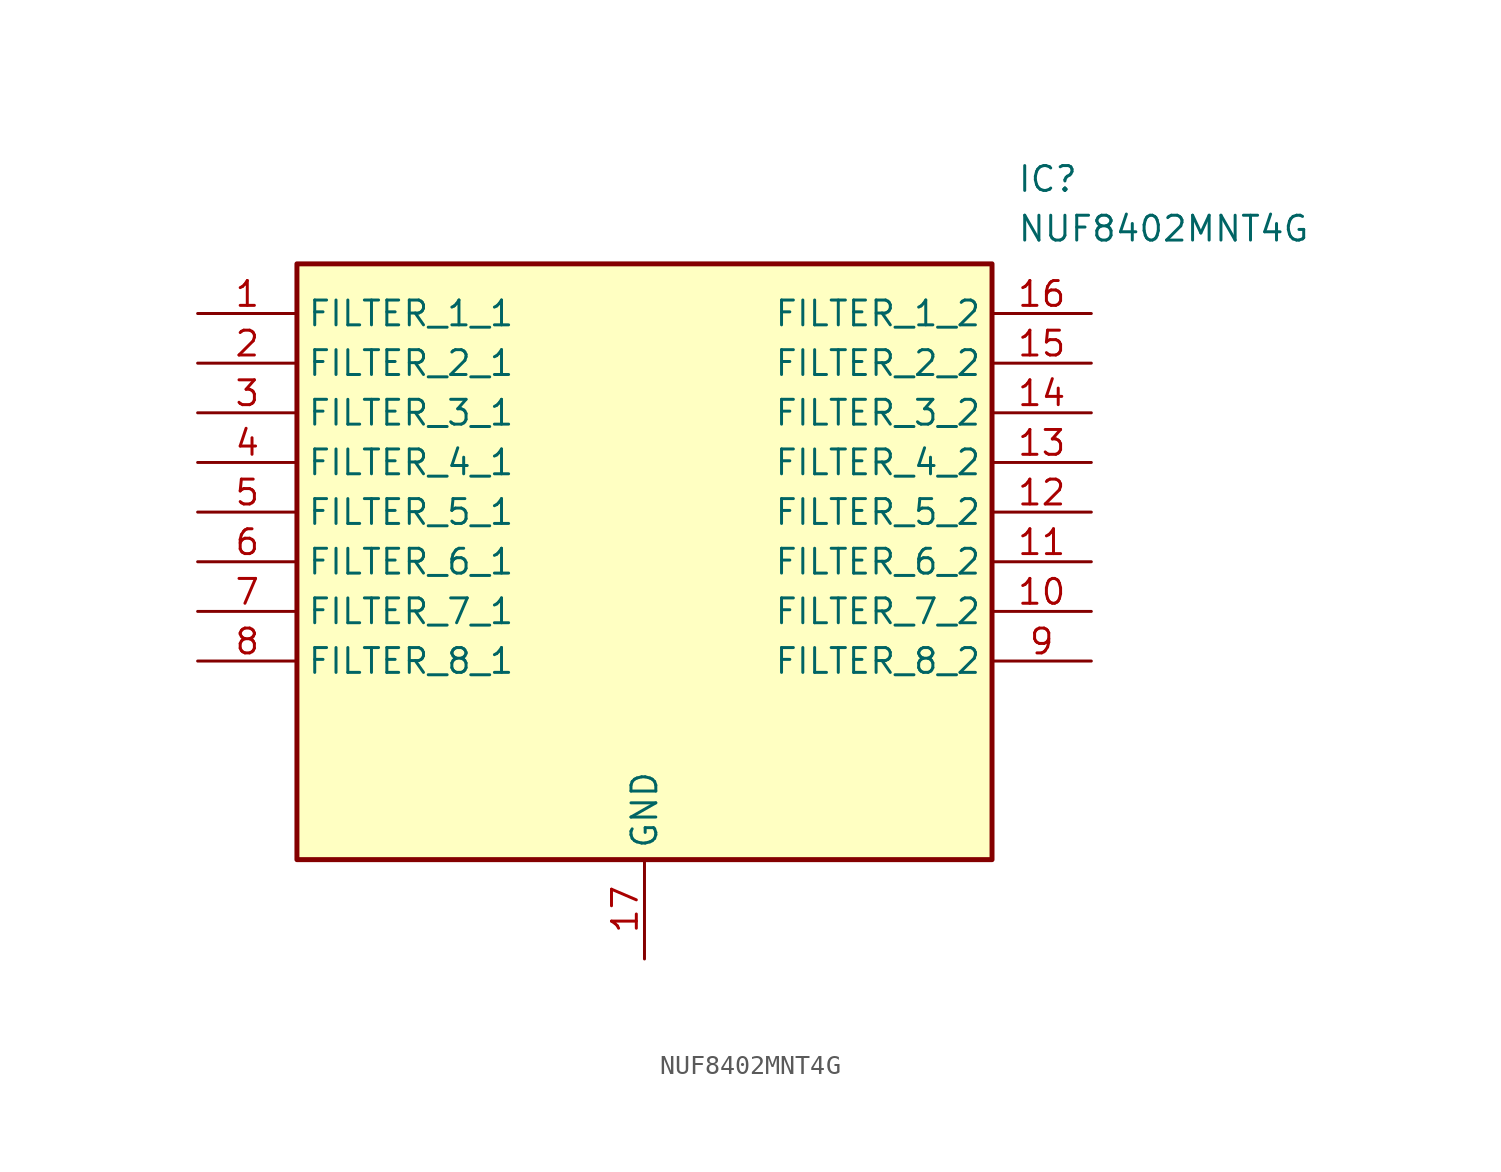
<source format=kicad_sym>
(kicad_symbol_lib
  (version 20211014)
  (generator SamacSys_ECAD_Model)
  (symbol "NUF8402MNT4G"
    (property "Reference" "IC"
      (at 41.91 7.62 0)
      (effects (font (size 1.27 1.27)) (justify left top)))
    (property "Value" "NUF8402MNT4G"
      (at 41.91 5.08 0)
      (effects (font (size 1.27 1.27)) (justify left top)))
    (rectangle
      (start 5.08 2.54)
      (end 40.64 -27.94)
      (stroke (width 0.254) (type default))
      (fill (type background)))
    (pin passive line
      (at 0 0 0)
      (length 5.08)
      (name "FILTER_1_1" (effects (font (size 1.27 1.27))))
      (number "1" (effects (font (size 1.27 1.27)))))
    (pin passive line
      (at 0 -2.54 0)
      (length 5.08)
      (name "FILTER_2_1" (effects (font (size 1.27 1.27))))
      (number "2" (effects (font (size 1.27 1.27)))))
    (pin passive line
      (at 0 -5.08 0)
      (length 5.08)
      (name "FILTER_3_1" (effects (font (size 1.27 1.27))))
      (number "3" (effects (font (size 1.27 1.27)))))
    (pin passive line
      (at 0 -7.62 0)
      (length 5.08)
      (name "FILTER_4_1" (effects (font (size 1.27 1.27))))
      (number "4" (effects (font (size 1.27 1.27)))))
    (pin passive line
      (at 0 -10.16 0)
      (length 5.08)
      (name "FILTER_5_1" (effects (font (size 1.27 1.27))))
      (number "5" (effects (font (size 1.27 1.27)))))
    (pin passive line
      (at 0 -12.7 0)
      (length 5.08)
      (name "FILTER_6_1" (effects (font (size 1.27 1.27))))
      (number "6" (effects (font (size 1.27 1.27)))))
    (pin passive line
      (at 0 -15.24 0)
      (length 5.08)
      (name "FILTER_7_1" (effects (font (size 1.27 1.27))))
      (number "7" (effects (font (size 1.27 1.27)))))
    (pin passive line
      (at 0 -17.78 0)
      (length 5.08)
      (name "FILTER_8_1" (effects (font (size 1.27 1.27))))
      (number "8" (effects (font (size 1.27 1.27)))))
    (pin passive line
      (at 22.86 -33.02 90)
      (length 5.08)
      (name "GND" (effects (font (size 1.27 1.27))))
      (number "17" (effects (font (size 1.27 1.27)))))
    (pin passive line
      (at 45.72 0 180)
      (length 5.08)
      (name "FILTER_1_2" (effects (font (size 1.27 1.27))))
      (number "16" (effects (font (size 1.27 1.27)))))
    (pin passive line
      (at 45.72 -2.54 180)
      (length 5.08)
      (name "FILTER_2_2" (effects (font (size 1.27 1.27))))
      (number "15" (effects (font (size 1.27 1.27)))))
    (pin passive line
      (at 45.72 -5.08 180)
      (length 5.08)
      (name "FILTER_3_2" (effects (font (size 1.27 1.27))))
      (number "14" (effects (font (size 1.27 1.27)))))
    (pin passive line
      (at 45.72 -7.62 180)
      (length 5.08)
      (name "FILTER_4_2" (effects (font (size 1.27 1.27))))
      (number "13" (effects (font (size 1.27 1.27)))))
    (pin passive line
      (at 45.72 -10.16 180)
      (length 5.08)
      (name "FILTER_5_2" (effects (font (size 1.27 1.27))))
      (number "12" (effects (font (size 1.27 1.27)))))
    (pin passive line
      (at 45.72 -12.7 180)
      (length 5.08)
      (name "FILTER_6_2" (effects (font (size 1.27 1.27))))
      (number "11" (effects (font (size 1.27 1.27)))))
    (pin passive line
      (at 45.72 -15.24 180)
      (length 5.08)
      (name "FILTER_7_2" (effects (font (size 1.27 1.27))))
      (number "10" (effects (font (size 1.27 1.27)))))
    (pin passive line
      (at 45.72 -17.78 180)
      (length 5.08)
      (name "FILTER_8_2" (effects (font (size 1.27 1.27))))
      (number "9" (effects (font (size 1.27 1.27)))))))
</source>
